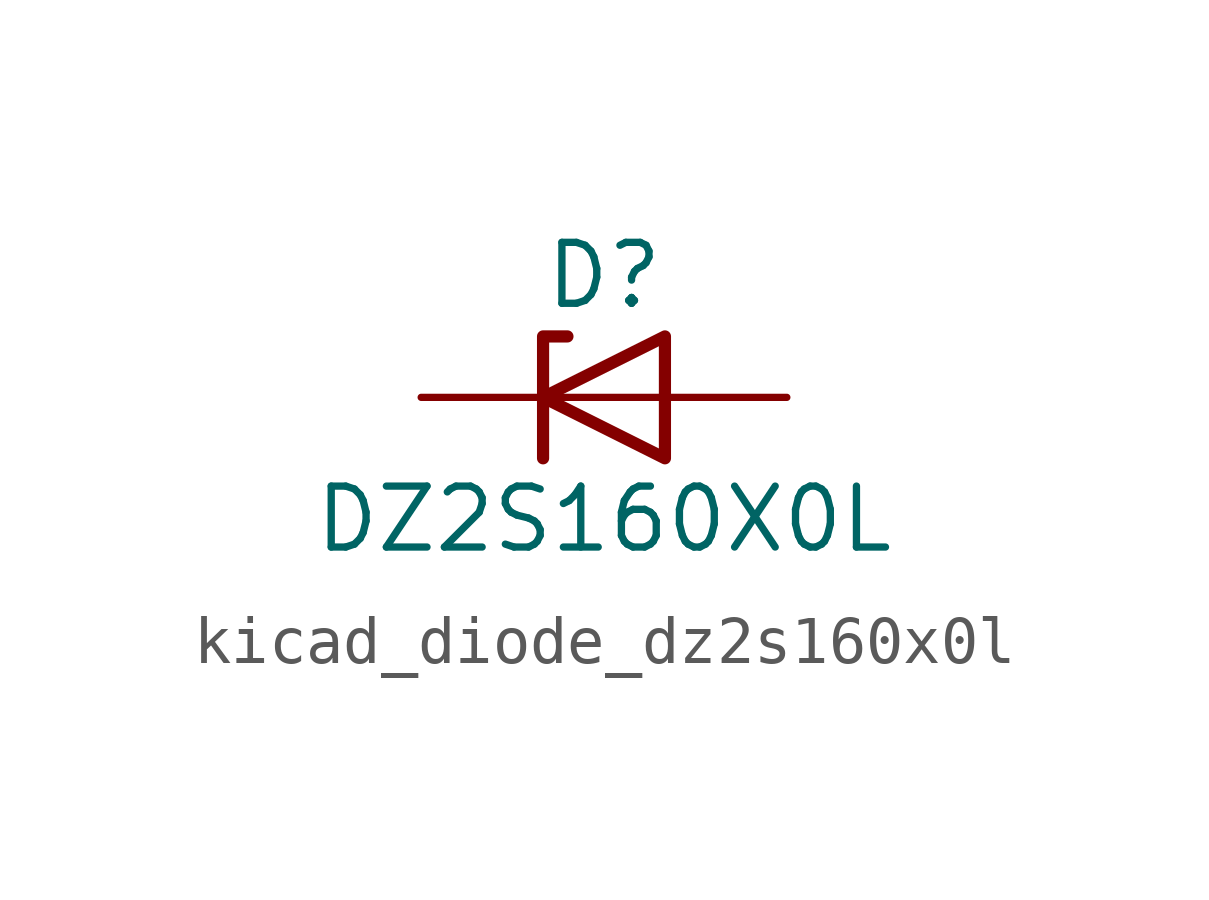
<source format=kicad_sym>
(kicad_symbol_lib
  (version 20220914)
  (generator kicad_symbol_editor)
  (symbol "kicad_diode_dz2s160x0l"
    (pin_numbers hide)
    (pin_names hide)
    (property "Reference" "D"
      (at 0 2.54 0)
      (effects (font (size 1.27 1.27))))
    (property "Value" "DZ2S160X0L"
      (at 0 -2.54 0)
      (effects (font (size 1.27 1.27))))
    (symbol "kicad_diode_dz2s160x0l_0_1"
      (polyline (pts (xy 1.27 0) (xy -1.27 0)) (stroke (width 0) (type default)) (fill (type none)))
      (polyline (pts (xy -1.27 -1.27) (xy -1.27 1.27) (xy -0.762 1.27)) (stroke (width 0.254) (type default)) (fill (type none)))
      (polyline (pts (xy 1.27 -1.27) (xy 1.27 1.27) (xy -1.27 0) (xy 1.27 -1.27)) (stroke (width 0.254) (type default)) (fill (type none))))
    (symbol "kicad_diode_dz2s160x0l_1_1"
      (pin passive line (at -3.81 0 0) (length 2.54) (name "K" (effects (font (size 1.27 1.27)))) (number "1" (effects (font (size 1.27 1.27)))))
      (pin passive line (at 3.81 0 180) (length 2.54) (name "A" (effects (font (size 1.27 1.27)))) (number "2" (effects (font (size 1.27 1.27))))))))
</source>
